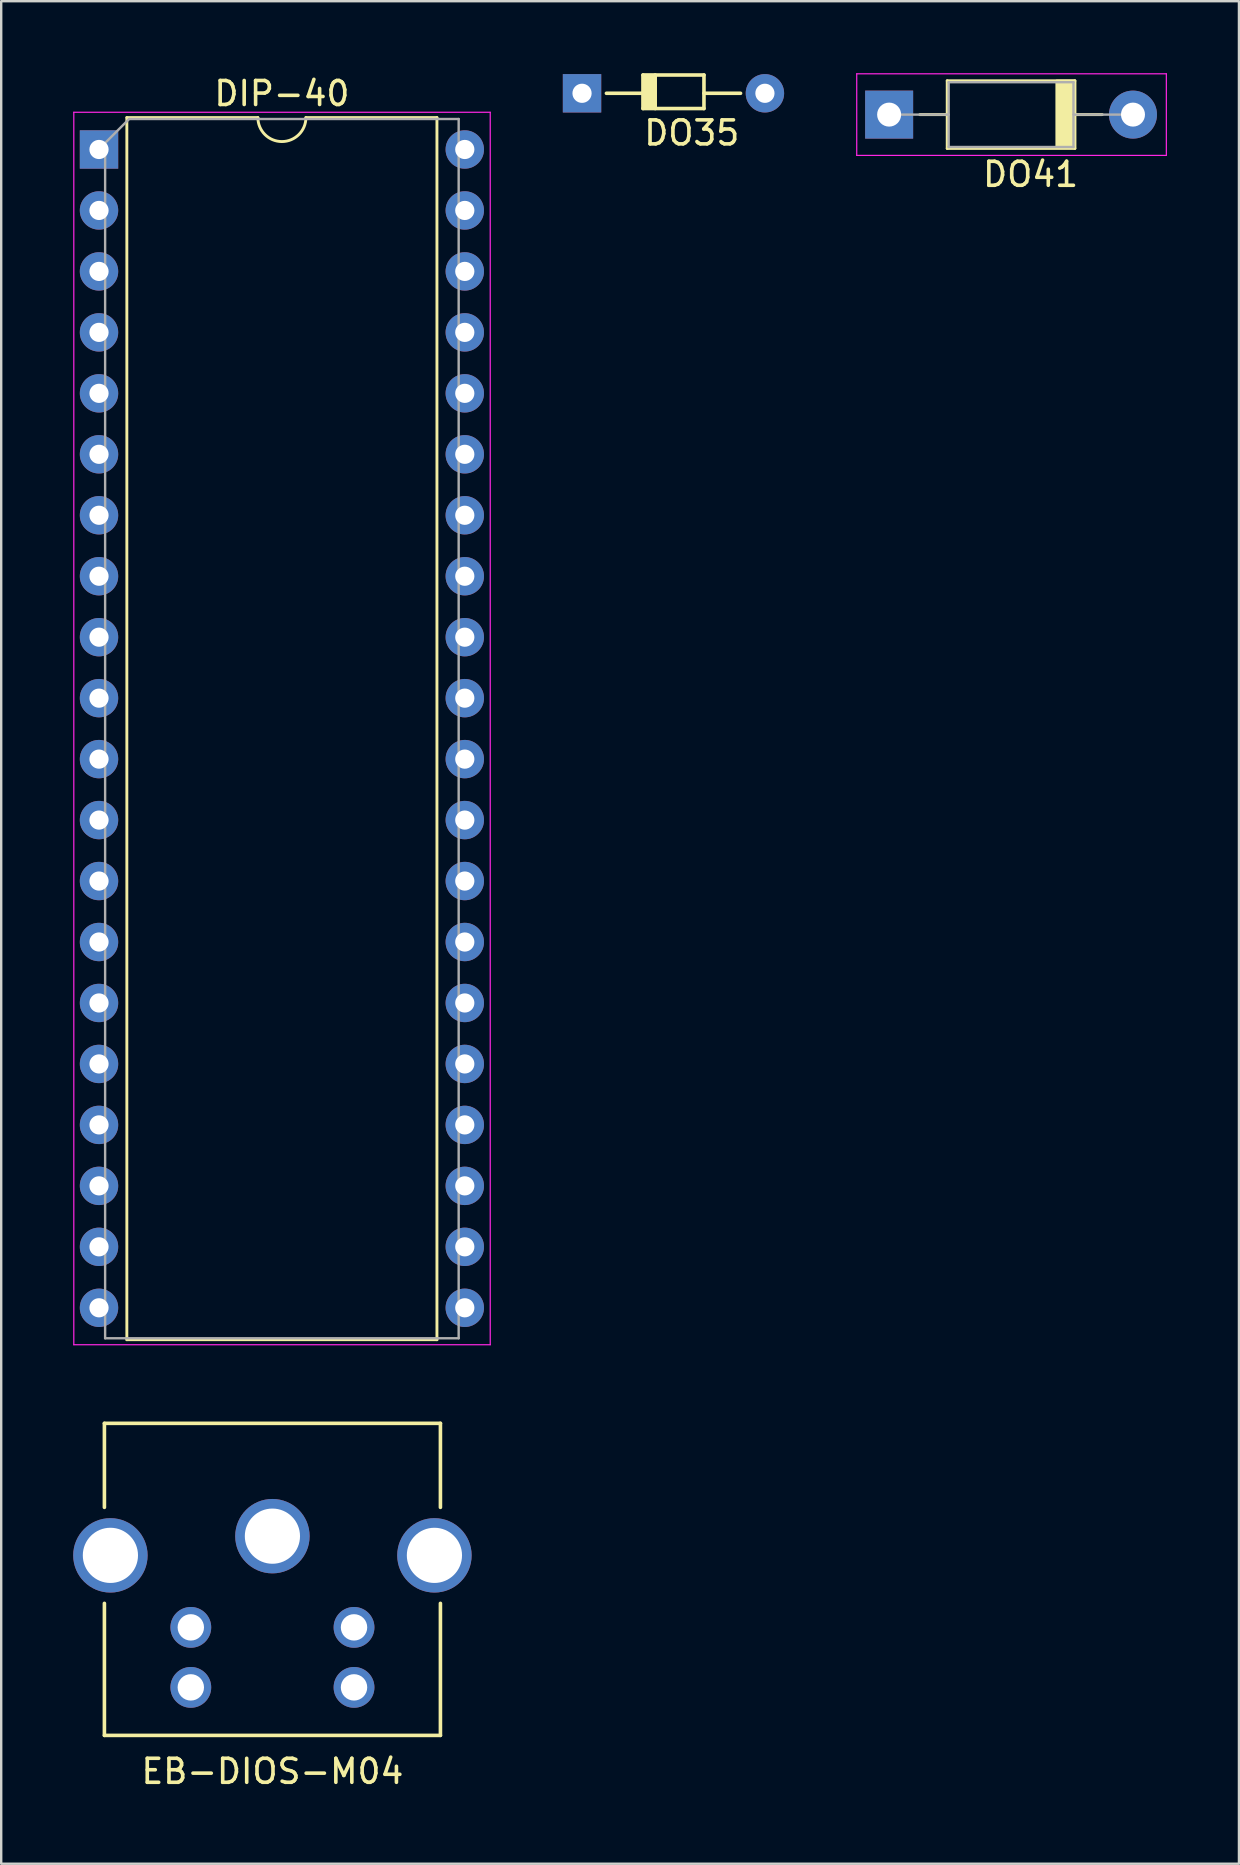
<source format=kicad_pcb>
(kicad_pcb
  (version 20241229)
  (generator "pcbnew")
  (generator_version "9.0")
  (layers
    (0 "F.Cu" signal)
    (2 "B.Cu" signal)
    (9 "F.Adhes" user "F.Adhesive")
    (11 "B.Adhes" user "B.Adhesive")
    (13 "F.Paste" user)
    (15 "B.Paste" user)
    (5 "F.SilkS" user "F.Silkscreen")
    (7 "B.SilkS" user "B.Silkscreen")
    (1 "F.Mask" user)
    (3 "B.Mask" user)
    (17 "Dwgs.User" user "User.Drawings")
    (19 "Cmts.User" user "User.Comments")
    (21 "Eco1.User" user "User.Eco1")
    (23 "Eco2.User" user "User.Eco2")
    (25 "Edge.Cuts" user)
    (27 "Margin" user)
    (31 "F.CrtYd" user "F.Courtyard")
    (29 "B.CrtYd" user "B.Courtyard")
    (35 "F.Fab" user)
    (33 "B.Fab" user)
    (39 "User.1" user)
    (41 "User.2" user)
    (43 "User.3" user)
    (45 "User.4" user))
  (footprint "DO35"
    (layer "F.Cu")
    (at 21.2 0.837)
    (property "Reference" "DO35" (at 4.572 1.651 0) (layer "F.SilkS") (effects (font (size 1 1) (thickness 0.15))))
    (attr through_hole)
    (fp_line (start 2.54 -0.762) (end 5.08 -0.762) (stroke (width 0.15) (type solid)) (layer "F.SilkS"))
    (fp_line (start 2.54 0) (end 1.016 0) (stroke (width 0.15) (type solid)) (layer "F.SilkS"))
    (fp_line (start 2.54 0.635) (end 2.54 -0.762) (stroke (width 0.15) (type solid)) (layer "F.SilkS"))
    (fp_line (start 3.048 -0.762) (end 3.048 0.635) (stroke (width 0.15) (type solid)) (layer "F.SilkS"))
    (fp_line (start 5.08 -0.762) (end 5.08 0.635) (stroke (width 0.15) (type solid)) (layer "F.SilkS"))
    (fp_line (start 5.08 0) (end 6.604 0) (stroke (width 0.15) (type solid)) (layer "F.SilkS"))
    (fp_line (start 5.08 0.635) (end 2.54 0.635) (stroke (width 0.15) (type solid)) (layer "F.SilkS"))
    (fp_poly (pts (xy 2.54 -0.762) (xy 2.54 0.635) (xy 3.048 0.635) (xy 3.048 -0.762)) (stroke (width 0.1) (type solid)) (fill yes) (layer "F.SilkS"))
    (pad "1" thru_hole rect (at 0 0) (size 1.6 1.6) (drill 0.8) (layers "*.Cu" "*.Mask"))
    (pad "2" thru_hole oval (at 7.62 0) (size 1.6 1.6) (drill 0.8) (layers "*.Cu" "*.Mask")))
  (footprint "EB-DIOS-M04"
    (layer "F.Cu")
    (at 8.3 56.253)
    (property "Reference" "EB-DIOS-M04" (at 0 14.5 0) (layer "F.SilkS") (effects (font (size 1 1) (thickness 0.15))))
    (attr through_hole)
    (fp_line (start -7 0) (end -7 3.5) (stroke (width 0.15) (type solid)) (layer "F.SilkS"))
    (fp_line (start -7 13) (end -7 7.5) (stroke (width 0.15) (type solid)) (layer "F.SilkS"))
    (fp_line (start 7 0) (end -7 0) (stroke (width 0.15) (type solid)) (layer "F.SilkS"))
    (fp_line (start 7 0) (end 7 3.5) (stroke (width 0.15) (type solid)) (layer "F.SilkS"))
    (fp_line (start 7 13) (end -7 13) (stroke (width 0.15) (type solid)) (layer "F.SilkS"))
    (fp_line (start 7 13) (end 7 7.5) (stroke (width 0.15) (type solid)) (layer "F.SilkS"))
    (pad "1" thru_hole circle (at -3.4 8.5) (size 1.7 1.7) (drill 1.1) (layers "*.Cu" "*.Mask"))
    (pad "2" thru_hole circle (at 3.4 8.5) (size 1.7 1.7) (drill 1.1) (layers "*.Cu" "*.Mask"))
    (pad "3" thru_hole circle (at -3.4 11) (size 1.7 1.7) (drill 1.1) (layers "*.Cu" "*.Mask"))
    (pad "4" thru_hole circle (at 3.4 11) (size 1.7 1.7) (drill 1.1) (layers "*.Cu" "*.Mask"))
    (pad "5" thru_hole circle (at -6.75 5.5) (size 3.1 3.1) (drill 2.3) (layers "*.Cu" "*.Mask"))
    (pad "5" thru_hole circle (at 0 4.7) (size 3.1 3.1) (drill 2.3) (layers "*.Cu" "*.Mask"))
    (pad "5" thru_hole circle (at 6.75 5.5) (size 3.1 3.1) (drill 2.3) (layers "*.Cu" "*.Mask")))
  (footprint "DIP-40"
    (layer "F.Cu")
    (at 1.075 3.178)
    (property "Reference" "DIP-40" (at 7.62 -2.33 0) (layer "F.SilkS") (effects (font (size 1 1) (thickness 0.15))))
    (attr through_hole)
    (fp_line (start 1.16 -1.33) (end 1.16 49.59) (stroke (width 0.12) (type solid)) (layer "F.SilkS"))
    (fp_line (start 1.16 49.59) (end 14.08 49.59) (stroke (width 0.12) (type solid)) (layer "F.SilkS"))
    (fp_line (start 6.62 -1.33) (end 1.16 -1.33) (stroke (width 0.12) (type solid)) (layer "F.SilkS"))
    (fp_line (start 14.08 -1.33) (end 8.62 -1.33) (stroke (width 0.12) (type solid)) (layer "F.SilkS"))
    (fp_line (start 14.08 49.59) (end 14.08 -1.33) (stroke (width 0.12) (type solid)) (layer "F.SilkS"))
    (fp_arc (start 8.62 -1.33) (mid 7.62 -0.33) (end 6.62 -1.33) (stroke (width 0.12) (type solid)) (layer "F.SilkS"))
    (fp_line (start -1.05 -1.55) (end -1.05 49.8) (stroke (width 0.05) (type solid)) (layer "F.CrtYd"))
    (fp_line (start -1.05 49.8) (end 16.3 49.8) (stroke (width 0.05) (type solid)) (layer "F.CrtYd"))
    (fp_line (start 16.3 -1.55) (end -1.05 -1.55) (stroke (width 0.05) (type solid)) (layer "F.CrtYd"))
    (fp_line (start 16.3 49.8) (end 16.3 -1.55) (stroke (width 0.05) (type solid)) (layer "F.CrtYd"))
    (fp_line (start 0.255 -0.27) (end 1.255 -1.27) (stroke (width 0.1) (type solid)) (layer "F.Fab"))
    (fp_line (start 0.255 49.53) (end 0.255 -0.27) (stroke (width 0.1) (type solid)) (layer "F.Fab"))
    (fp_line (start 1.255 -1.27) (end 14.985 -1.27) (stroke (width 0.1) (type solid)) (layer "F.Fab"))
    (fp_line (start 14.985 -1.27) (end 14.985 49.53) (stroke (width 0.1) (type solid)) (layer "F.Fab"))
    (fp_line (start 14.985 49.53) (end 0.255 49.53) (stroke (width 0.1) (type solid)) (layer "F.Fab"))
    (pad "1" thru_hole rect (at 0 0) (size 1.6 1.6) (drill 0.8) (layers "*.Cu" "*.Mask"))
    (pad "2" thru_hole circle (at 0 2.54) (size 1.6 1.6) (drill 0.8) (layers "*.Cu" "*.Mask"))
    (pad "3" thru_hole circle (at 0 5.08) (size 1.6 1.6) (drill 0.8) (layers "*.Cu" "*.Mask"))
    (pad "4" thru_hole circle (at 0 7.62) (size 1.6 1.6) (drill 0.8) (layers "*.Cu" "*.Mask"))
    (pad "5" thru_hole circle (at 0 10.16) (size 1.6 1.6) (drill 0.8) (layers "*.Cu" "*.Mask"))
    (pad "6" thru_hole circle (at 0 12.7) (size 1.6 1.6) (drill 0.8) (layers "*.Cu" "*.Mask"))
    (pad "7" thru_hole circle (at 0 15.24) (size 1.6 1.6) (drill 0.8) (layers "*.Cu" "*.Mask"))
    (pad "8" thru_hole circle (at 0 17.78) (size 1.6 1.6) (drill 0.8) (layers "*.Cu" "*.Mask"))
    (pad "9" thru_hole circle (at 0 20.32) (size 1.6 1.6) (drill 0.8) (layers "*.Cu" "*.Mask"))
    (pad "10" thru_hole circle (at 0 22.86) (size 1.6 1.6) (drill 0.8) (layers "*.Cu" "*.Mask"))
    (pad "11" thru_hole circle (at 0 25.4) (size 1.6 1.6) (drill 0.8) (layers "*.Cu" "*.Mask"))
    (pad "12" thru_hole circle (at 0 27.94) (size 1.6 1.6) (drill 0.8) (layers "*.Cu" "*.Mask"))
    (pad "13" thru_hole circle (at 0 30.48) (size 1.6 1.6) (drill 0.8) (layers "*.Cu" "*.Mask"))
    (pad "14" thru_hole circle (at 0 33.02) (size 1.6 1.6) (drill 0.8) (layers "*.Cu" "*.Mask"))
    (pad "15" thru_hole circle (at 0 35.56) (size 1.6 1.6) (drill 0.8) (layers "*.Cu" "*.Mask"))
    (pad "16" thru_hole circle (at 0 38.1) (size 1.6 1.6) (drill 0.8) (layers "*.Cu" "*.Mask"))
    (pad "17" thru_hole circle (at 0 40.64) (size 1.6 1.6) (drill 0.8) (layers "*.Cu" "*.Mask"))
    (pad "18" thru_hole circle (at 0 43.18) (size 1.6 1.6) (drill 0.8) (layers "*.Cu" "*.Mask"))
    (pad "19" thru_hole circle (at 0 45.72) (size 1.6 1.6) (drill 0.8) (layers "*.Cu" "*.Mask"))
    (pad "20" thru_hole circle (at 0 48.26) (size 1.6 1.6) (drill 0.8) (layers "*.Cu" "*.Mask"))
    (pad "21" thru_hole circle (at 15.24 48.26) (size 1.6 1.6) (drill 0.8) (layers "*.Cu" "*.Mask"))
    (pad "22" thru_hole circle (at 15.24 45.72) (size 1.6 1.6) (drill 0.8) (layers "*.Cu" "*.Mask"))
    (pad "23" thru_hole circle (at 15.24 43.18) (size 1.6 1.6) (drill 0.8) (layers "*.Cu" "*.Mask"))
    (pad "24" thru_hole circle (at 15.24 40.64) (size 1.6 1.6) (drill 0.8) (layers "*.Cu" "*.Mask"))
    (pad "25" thru_hole circle (at 15.24 38.1) (size 1.6 1.6) (drill 0.8) (layers "*.Cu" "*.Mask"))
    (pad "26" thru_hole circle (at 15.24 35.56) (size 1.6 1.6) (drill 0.8) (layers "*.Cu" "*.Mask"))
    (pad "27" thru_hole circle (at 15.24 33.02) (size 1.6 1.6) (drill 0.8) (layers "*.Cu" "*.Mask"))
    (pad "28" thru_hole circle (at 15.24 30.48) (size 1.6 1.6) (drill 0.8) (layers "*.Cu" "*.Mask"))
    (pad "29" thru_hole circle (at 15.24 27.94) (size 1.6 1.6) (drill 0.8) (layers "*.Cu" "*.Mask"))
    (pad "30" thru_hole circle (at 15.24 25.4) (size 1.6 1.6) (drill 0.8) (layers "*.Cu" "*.Mask"))
    (pad "31" thru_hole circle (at 15.24 22.86) (size 1.6 1.6) (drill 0.8) (layers "*.Cu" "*.Mask"))
    (pad "32" thru_hole circle (at 15.24 20.32) (size 1.6 1.6) (drill 0.8) (layers "*.Cu" "*.Mask"))
    (pad "33" thru_hole circle (at 15.24 17.78) (size 1.6 1.6) (drill 0.8) (layers "*.Cu" "*.Mask"))
    (pad "34" thru_hole circle (at 15.24 15.24) (size 1.6 1.6) (drill 0.8) (layers "*.Cu" "*.Mask"))
    (pad "35" thru_hole circle (at 15.24 12.7) (size 1.6 1.6) (drill 0.8) (layers "*.Cu" "*.Mask"))
    (pad "36" thru_hole circle (at 15.24 10.16) (size 1.6 1.6) (drill 0.8) (layers "*.Cu" "*.Mask"))
    (pad "37" thru_hole circle (at 15.24 7.62) (size 1.6 1.6) (drill 0.8) (layers "*.Cu" "*.Mask"))
    (pad "38" thru_hole circle (at 15.24 5.08) (size 1.6 1.6) (drill 0.8) (layers "*.Cu" "*.Mask"))
    (pad "39" thru_hole circle (at 15.24 2.54) (size 1.6 1.6) (drill 0.8) (layers "*.Cu" "*.Mask"))
    (pad "40" thru_hole circle (at 15.24 0) (size 1.6 1.6) (drill 0.8) (layers "*.Cu" "*.Mask")))
  (footprint "DO41"
    (layer "F.Cu")
    (at 33.995 1.725)
    (property "Reference" "DO41" (at 5.893 2.489 0) (layer "F.SilkS") (effects (font (size 1 1) (thickness 0.15))))
    (attr through_hole)
    (fp_line (start 1.28 0) (end 2.42 0) (stroke (width 0.12) (type solid)) (layer "F.SilkS"))
    (fp_line (start 2.42 -1.41) (end 2.42 1.41) (stroke (width 0.12) (type solid)) (layer "F.SilkS"))
    (fp_line (start 2.42 1.41) (end 7.74 1.41) (stroke (width 0.12) (type solid)) (layer "F.SilkS"))
    (fp_line (start 7.74 -1.41) (end 2.42 -1.41) (stroke (width 0.12) (type solid)) (layer "F.SilkS"))
    (fp_line (start 7.74 1.41) (end 7.74 -1.41) (stroke (width 0.12) (type solid)) (layer "F.SilkS"))
    (fp_line (start 8.88 0) (end 7.74 0) (stroke (width 0.12) (type solid)) (layer "F.SilkS"))
    (fp_poly (pts (xy 6.978 -1.41) (xy 6.978 1.384) (xy 7.74 1.384) (xy 7.74 -1.41)) (stroke (width 0.1) (type solid)) (fill yes) (layer "F.SilkS"))
    (fp_line (start -1.35 -1.7) (end -1.35 1.7) (stroke (width 0.05) (type solid)) (layer "F.CrtYd"))
    (fp_line (start -1.35 1.7) (end 11.55 1.7) (stroke (width 0.05) (type solid)) (layer "F.CrtYd"))
    (fp_line (start 11.55 -1.7) (end -1.35 -1.7) (stroke (width 0.05) (type solid)) (layer "F.CrtYd"))
    (fp_line (start 11.55 1.7) (end 11.55 -1.7) (stroke (width 0.05) (type solid)) (layer "F.CrtYd"))
    (fp_line (start 0 0) (end 2.48 0) (stroke (width 0.1) (type solid)) (layer "F.Fab"))
    (fp_line (start 2.48 -1.35) (end 2.48 1.35) (stroke (width 0.1) (type solid)) (layer "F.Fab"))
    (fp_line (start 2.48 1.35) (end 7.68 1.35) (stroke (width 0.1) (type solid)) (layer "F.Fab"))
    (fp_line (start 7.68 -1.35) (end 2.48 -1.35) (stroke (width 0.1) (type solid)) (layer "F.Fab"))
    (fp_line (start 7.68 1.35) (end 7.68 -1.35) (stroke (width 0.1) (type solid)) (layer "F.Fab"))
    (fp_line (start 10.16 0) (end 7.68 0) (stroke (width 0.1) (type solid)) (layer "F.Fab"))
    (pad "1" thru_hole rect (at 0 0) (size 2 2) (drill 1) (layers "*.Cu" "*.Mask"))
    (pad "2" thru_hole circle (at 10.16 0) (size 2 2) (drill 1) (layers "*.Cu" "*.Mask")))
  (gr_rect
    (start -3 -3)
    (end 48.57 74.602)
    (stroke (width 0.1) (type default))
    (fill no)
    (layer "Edge.Cuts")))
</source>
